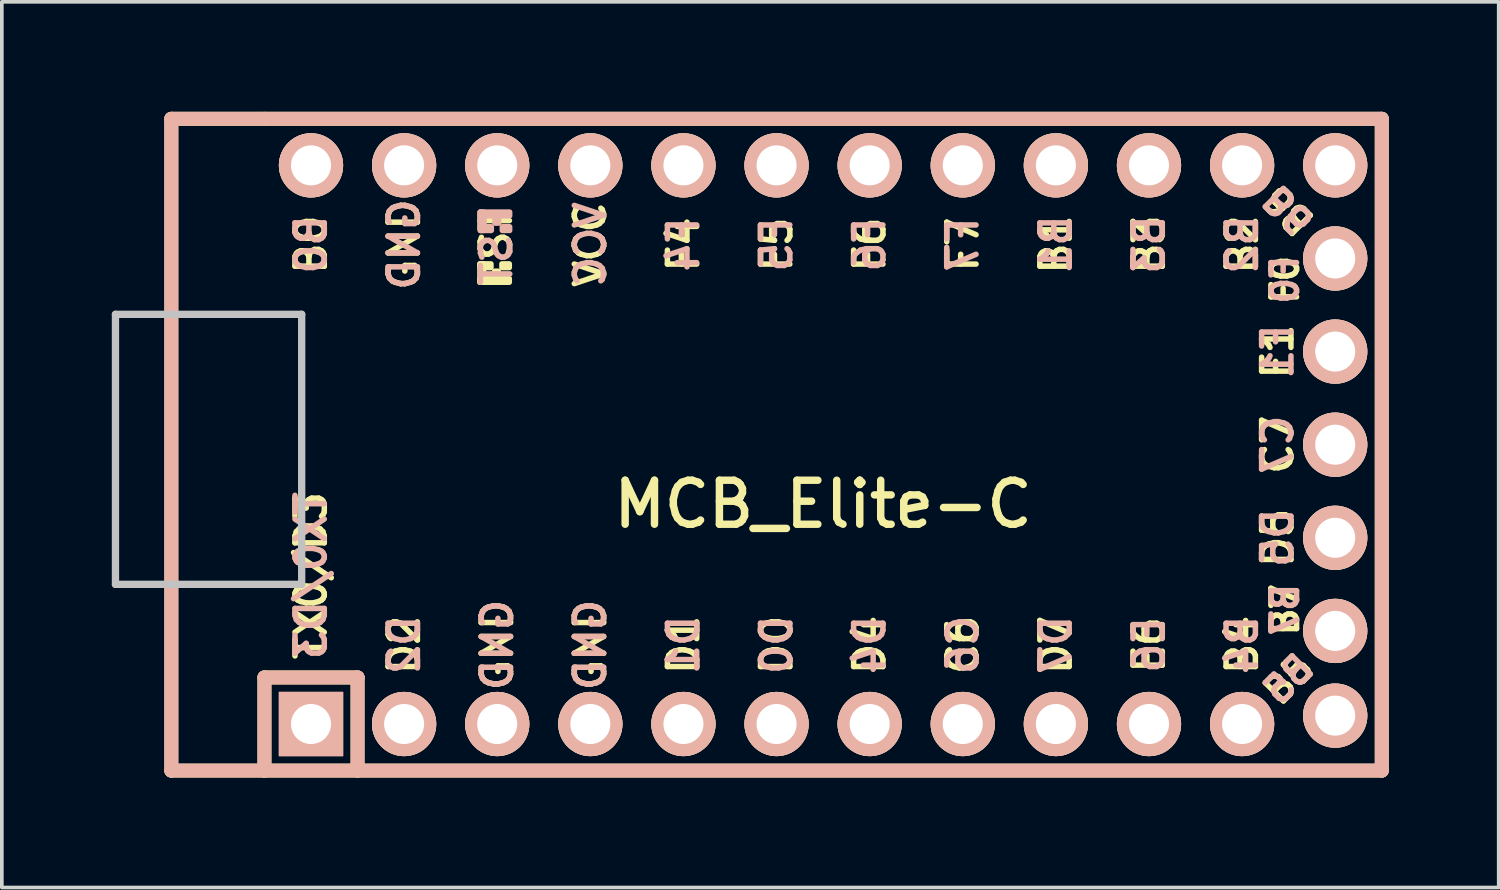
<source format=kicad_pcb>
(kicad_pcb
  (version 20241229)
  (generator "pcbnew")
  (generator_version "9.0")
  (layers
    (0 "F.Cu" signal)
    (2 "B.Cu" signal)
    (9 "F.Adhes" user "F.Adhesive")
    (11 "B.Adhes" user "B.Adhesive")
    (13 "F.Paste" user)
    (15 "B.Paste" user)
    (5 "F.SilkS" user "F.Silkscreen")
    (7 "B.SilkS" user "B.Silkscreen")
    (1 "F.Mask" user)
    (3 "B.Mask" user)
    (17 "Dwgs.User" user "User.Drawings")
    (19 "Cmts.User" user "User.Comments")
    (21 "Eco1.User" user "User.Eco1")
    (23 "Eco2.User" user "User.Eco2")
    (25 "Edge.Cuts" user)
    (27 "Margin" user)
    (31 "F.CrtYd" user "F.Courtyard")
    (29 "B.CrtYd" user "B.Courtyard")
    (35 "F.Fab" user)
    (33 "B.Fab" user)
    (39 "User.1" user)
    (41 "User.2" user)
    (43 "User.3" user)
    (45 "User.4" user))
  (footprint "MCB_Elite-C"
    (layer "F.Cu")
    (at 19.404 9.081)
    (property "Reference" "MCB_Elite-C" (at 0 1.625 0) (layer "F.SilkS") (effects (font (size 1.2 1.2) (thickness 0.203))))
    (attr through_hole)
    (fp_line (start -17.78 -8.89) (end -17.78 8.89) (stroke (width 0.381) (type solid)) (layer "F.SilkS"))
    (fp_line (start -17.78 8.89) (end -15.24 8.89) (stroke (width 0.381) (type solid)) (layer "F.SilkS"))
    (fp_line (start -15.24 -8.89) (end -17.78 -8.89) (stroke (width 0.381) (type solid)) (layer "F.SilkS"))
    (fp_line (start -15.24 6.35) (end -15.24 8.89) (stroke (width 0.381) (type solid)) (layer "F.SilkS"))
    (fp_line (start -15.24 6.35) (end -12.7 6.35) (stroke (width 0.381) (type solid)) (layer "F.SilkS"))
    (fp_line (start -15.24 8.89) (end 15.24 8.89) (stroke (width 0.381) (type solid)) (layer "F.SilkS"))
    (fp_line (start -12.7 6.35) (end -12.7 8.89) (stroke (width 0.381) (type solid)) (layer "F.SilkS"))
    (fp_line (start 15.24 -8.89) (end -15.24 -8.89) (stroke (width 0.381) (type solid)) (layer "F.SilkS"))
    (fp_line (start 15.24 8.89) (end 15.24 -8.89) (stroke (width 0.381) (type solid)) (layer "F.SilkS"))
    (fp_poly (pts (xy -9.361 -4.932) (xy -9.261 -4.932) (xy -9.261 -4.432) (xy -9.361 -4.432)) (stroke (width 0.15) (type solid)) (fill yes) (layer "F.SilkS"))
    (fp_poly (pts (xy -9.361 -4.932) (xy -9.061 -4.932) (xy -9.061 -4.832) (xy -9.361 -4.832)) (stroke (width 0.15) (type solid)) (fill yes) (layer "F.SilkS"))
    (fp_poly (pts (xy -9.361 -4.532) (xy -8.561 -4.532) (xy -8.561 -4.432) (xy -9.361 -4.432)) (stroke (width 0.15) (type solid)) (fill yes) (layer "F.SilkS"))
    (fp_poly (pts (xy -8.961 -4.732) (xy -8.861 -4.732) (xy -8.861 -4.632) (xy -8.961 -4.632)) (stroke (width 0.15) (type solid)) (fill yes) (layer "F.SilkS"))
    (fp_poly (pts (xy -8.761 -4.932) (xy -8.561 -4.932) (xy -8.561 -4.832) (xy -8.761 -4.832)) (stroke (width 0.15) (type solid)) (fill yes) (layer "F.SilkS"))
    (fp_line (start -17.78 -8.89) (end -17.78 8.89) (stroke (width 0.381) (type solid)) (layer "B.SilkS"))
    (fp_line (start -17.78 8.89) (end 15.24 8.89) (stroke (width 0.381) (type solid)) (layer "B.SilkS"))
    (fp_line (start -15.24 6.35) (end -15.24 8.89) (stroke (width 0.381) (type solid)) (layer "B.SilkS"))
    (fp_line (start -15.24 6.35) (end -12.7 6.35) (stroke (width 0.381) (type solid)) (layer "B.SilkS"))
    (fp_line (start -12.7 6.35) (end -12.7 8.89) (stroke (width 0.381) (type solid)) (layer "B.SilkS"))
    (fp_line (start 15.24 -8.89) (end -17.78 -8.89) (stroke (width 0.381) (type solid)) (layer "B.SilkS"))
    (fp_line (start 15.24 8.89) (end 15.24 -8.89) (stroke (width 0.381) (type solid)) (layer "B.SilkS"))
    (fp_poly (pts (xy -9.351 -6.245) (xy -8.551 -6.245) (xy -8.551 -6.345) (xy -9.351 -6.345)) (stroke (width 0.15) (type solid)) (fill yes) (layer "B.SilkS"))
    (fp_poly (pts (xy -9.351 -5.845) (xy -9.251 -5.845) (xy -9.251 -6.345) (xy -9.351 -6.345)) (stroke (width 0.15) (type solid)) (fill yes) (layer "B.SilkS"))
    (fp_poly (pts (xy -9.351 -5.845) (xy -9.051 -5.845) (xy -9.051 -5.945) (xy -9.351 -5.945)) (stroke (width 0.15) (type solid)) (fill yes) (layer "B.SilkS"))
    (fp_poly (pts (xy -8.951 -6.045) (xy -8.851 -6.045) (xy -8.851 -6.145) (xy -8.951 -6.145)) (stroke (width 0.15) (type solid)) (fill yes) (layer "B.SilkS"))
    (fp_poly (pts (xy -8.751 -5.845) (xy -8.551 -5.845) (xy -8.551 -5.945) (xy -8.751 -5.945)) (stroke (width 0.15) (type solid)) (fill yes) (layer "B.SilkS"))
    (fp_line (start -19.304 -3.556) (end -14.224 -3.556) (stroke (width 0.2) (type solid)) (layer "Dwgs.User"))
    (fp_line (start -19.304 3.81) (end -19.304 -3.556) (stroke (width 0.2) (type solid)) (layer "Dwgs.User"))
    (fp_line (start -14.224 -3.556) (end -14.224 3.81) (stroke (width 0.2) (type solid)) (layer "Dwgs.User"))
    (fp_line (start -14.224 3.81) (end -19.304 3.81) (stroke (width 0.2) (type solid)) (layer "Dwgs.User"))
    (fp_text user "B3" (at 8.89 -5.461 90) (layer "F.SilkS") (effects (font (size 0.8 0.8) (thickness 0.15))))
    (fp_text user "B2" (at 11.43 -5.461 90) (layer "F.SilkS") (effects (font (size 0.8 0.8) (thickness 0.15))))
    (fp_text user "B7" (at 12.6 4.5 90) (layer "F.SilkS") (effects (font (size 0.7 0.7) (thickness 0.15))))
    (fp_text user "GND" (at -8.89 5.461 90) (layer "F.SilkS") (effects (font (size 0.8 0.8) (thickness 0.15))))
    (fp_text user "D0" (at -1.27 5.461 90) (layer "F.SilkS") (effects (font (size 0.8 0.8) (thickness 0.15))))
    (fp_text user "E6" (at 8.89 5.461 90) (layer "F.SilkS") (effects (font (size 0.8 0.8) (thickness 0.15))))
    (fp_text user "F4" (at -3.81 -5.461 90) (layer "F.SilkS") (effects (font (size 0.8 0.8) (thickness 0.15))))
    (fp_text user "D2" (at -11.43 5.461 90) (layer "F.SilkS") (effects (font (size 0.8 0.8) (thickness 0.15))))
    (fp_text user "C7" (at 12.4 0 90) (layer "F.SilkS") (effects (font (size 0.8 0.8) (thickness 0.15))))
    (fp_text user "VCC" (at -6.35 -5.461 90) (layer "F.SilkS") (effects (font (size 0.8 0.8) (thickness 0.15))))
    (fp_text user "TX0/D3" (at -13.97 3.572 90) (layer "F.SilkS") (effects (font (size 0.8 0.8) (thickness 0.15))))
    (fp_text user "D7" (at 6.35 5.461 90) (layer "F.SilkS") (effects (font (size 0.8 0.8) (thickness 0.15))))
    (fp_text user "ST" (at -8.92 -5.733 90) (layer "F.SilkS") (effects (font (size 0.8 0.8) (thickness 0.15))))
    (fp_text user "F6" (at 1.27 -5.461 90) (layer "F.SilkS") (effects (font (size 0.8 0.8) (thickness 0.15))))
    (fp_text user "F0" (at 12.6 -4.5 90) (layer "F.SilkS") (effects (font (size 0.7 0.7) (thickness 0.15))))
    (fp_text user "B4" (at 11.43 5.461 90) (layer "F.SilkS") (effects (font (size 0.8 0.8) (thickness 0.15))))
    (fp_text user "C6" (at 3.81 5.461 90) (layer "F.SilkS") (effects (font (size 0.8 0.8) (thickness 0.15))))
    (fp_text user "F5" (at -1.27 -5.461 90) (layer "F.SilkS") (effects (font (size 0.8 0.8) (thickness 0.15))))
    (fp_text user "D4" (at 1.27 5.461 90) (layer "F.SilkS") (effects (font (size 0.8 0.8) (thickness 0.15))))
    (fp_text user "GND" (at -11.43 -5.461 90) (layer "F.SilkS") (effects (font (size 0.8 0.8) (thickness 0.15))))
    (fp_text user "B6" (at 12.7 -6.4 135) (unlocked yes) (layer "F.SilkS") (effects (font (size 0.7 0.7) (thickness 0.15))))
    (fp_text user "B0" (at -13.97 -5.461 90) (layer "F.SilkS") (effects (font (size 0.8 0.8) (thickness 0.15))))
    (fp_text user "F1" (at 12.4 -2.54 90) (layer "F.SilkS") (effects (font (size 0.8 0.8) (thickness 0.15))))
    (fp_text user "B1" (at 6.35 -5.461 90) (layer "F.SilkS") (effects (font (size 0.8 0.8) (thickness 0.15))))
    (fp_text user "D1" (at -3.81 5.461 90) (layer "F.SilkS") (effects (font (size 0.8 0.8) (thickness 0.15))))
    (fp_text user "D5" (at 12.4 2.54 90) (layer "F.SilkS") (effects (font (size 0.8 0.8) (thickness 0.15))))
    (fp_text user "GND" (at -6.35 5.461 90) (layer "F.SilkS") (effects (font (size 0.8 0.8) (thickness 0.15))))
    (fp_text user "F7" (at 3.81 -5.461 90) (layer "F.SilkS") (effects (font (size 0.8 0.8) (thickness 0.15))))
    (fp_text user "B5" (at 12.7 6.4 45) (layer "F.SilkS") (effects (font (size 0.7 0.7) (thickness 0.15))))
    (fp_text user "B0" (at -13.97 -5.461 90) (layer "B.SilkS") (effects (font (size 0.8 0.8) (thickness 0.15)) (justify mirror)))
    (fp_text user "B1" (at 6.35 -5.461 90) (layer "B.SilkS") (effects (font (size 0.8 0.8) (thickness 0.15)) (justify mirror)))
    (fp_text user "E6" (at 8.89 5.461 90) (layer "B.SilkS") (effects (font (size 0.8 0.8) (thickness 0.15)) (justify mirror)))
    (fp_text user "VCC" (at -6.35 -5.461 90) (layer "B.SilkS") (effects (font (size 0.8 0.8) (thickness 0.15)) (justify mirror)))
    (fp_text user "F6" (at 1.27 -5.461 90) (layer "B.SilkS") (effects (font (size 0.8 0.8) (thickness 0.15)) (justify mirror)))
    (fp_text user "D4" (at 1.27 5.461 90) (layer "B.SilkS") (effects (font (size 0.8 0.8) (thickness 0.15)) (justify mirror)))
    (fp_text user "B4" (at 11.43 5.461 90) (layer "B.SilkS") (effects (font (size 0.8 0.8) (thickness 0.15)) (justify mirror)))
    (fp_text user "C6" (at 3.81 5.461 90) (layer "B.SilkS") (effects (font (size 0.8 0.8) (thickness 0.15)) (justify mirror)))
    (fp_text user "GND" (at -8.89 5.461 90) (layer "B.SilkS") (effects (font (size 0.8 0.8) (thickness 0.15)) (justify mirror)))
    (fp_text user "D1" (at -3.81 5.461 90) (layer "B.SilkS") (effects (font (size 0.8 0.8) (thickness 0.15)) (justify mirror)))
    (fp_text user "C7" (at 12.4 0 90) (layer "B.SilkS") (effects (font (size 0.8 0.8) (thickness 0.15)) (justify mirror)))
    (fp_text user "F0" (at 12.6 -4.5 90) (layer "B.SilkS") (effects (font (size 0.7 0.7) (thickness 0.15)) (justify mirror)))
    (fp_text user "D2" (at -11.43 5.461 90) (layer "B.SilkS") (effects (font (size 0.8 0.8) (thickness 0.15)) (justify mirror)))
    (fp_text user "B2" (at 11.43 -5.461 90) (layer "B.SilkS") (effects (font (size 0.8 0.8) (thickness 0.15)) (justify mirror)))
    (fp_text user "D5" (at 12.4 2.54 90) (layer "B.SilkS") (effects (font (size 0.8 0.8) (thickness 0.15)) (justify mirror)))
    (fp_text user "TX0/D3" (at -13.97 3.572 90) (layer "B.SilkS") (effects (font (size 0.8 0.8) (thickness 0.15)) (justify mirror)))
    (fp_text user "ST" (at -8.91 -5.04 90) (layer "B.SilkS") (effects (font (size 0.8 0.8) (thickness 0.15)) (justify mirror)))
    (fp_text user "F5" (at -1.27 -5.461 90) (layer "B.SilkS") (effects (font (size 0.8 0.8) (thickness 0.15)) (justify mirror)))
    (fp_text user "D7" (at 6.35 5.461 90) (layer "B.SilkS") (effects (font (size 0.8 0.8) (thickness 0.15)) (justify mirror)))
    (fp_text user "F1" (at 12.4 -2.54 90) (layer "B.SilkS") (effects (font (size 0.8 0.8) (thickness 0.15)) (justify mirror)))
    (fp_text user "F4" (at -3.81 -5.461 90) (layer "B.SilkS") (effects (font (size 0.8 0.8) (thickness 0.15)) (justify mirror)))
    (fp_text user "B7" (at 12.6 4.5 90) (layer "B.SilkS") (effects (font (size 0.7 0.7) (thickness 0.15)) (justify mirror)))
    (fp_text user "B6" (at 12.7 -6.4 135) (unlocked yes) (layer "B.SilkS") (effects (font (size 0.7 0.7) (thickness 0.15)) (justify mirror)))
    (fp_text user "B5" (at 12.7 6.4 45) (layer "B.SilkS") (effects (font (size 0.7 0.7) (thickness 0.15)) (justify mirror)))
    (fp_text user "GND" (at -6.35 5.461 90) (layer "B.SilkS") (effects (font (size 0.8 0.8) (thickness 0.15)) (justify mirror)))
    (fp_text user "D0" (at -1.27 5.461 90) (layer "B.SilkS") (effects (font (size 0.8 0.8) (thickness 0.15)) (justify mirror)))
    (fp_text user "B3" (at 8.89 -5.461 90) (layer "B.SilkS") (effects (font (size 0.8 0.8) (thickness 0.15)) (justify mirror)))
    (fp_text user "F7" (at 3.81 -5.461 90) (layer "B.SilkS") (effects (font (size 0.8 0.8) (thickness 0.15)) (justify mirror)))
    (fp_text user "GND" (at -11.43 -5.461 90) (layer "B.SilkS") (effects (font (size 0.8 0.8) (thickness 0.15)) (justify mirror)))
    (pad "1" thru_hole rect (at -13.97 7.62) (size 1.753 1.753) (drill 1.092) (layers "*.Cu" "*.SilkS" "*.Mask"))
    (pad "2" thru_hole circle (at -11.43 7.62) (size 1.753 1.753) (drill 1.092) (layers "*.Cu" "*.SilkS" "*.Mask"))
    (pad "3" thru_hole circle (at -8.89 7.62) (size 1.753 1.753) (drill 1.092) (layers "*.Cu" "*.SilkS" "*.Mask"))
    (pad "4" thru_hole circle (at -6.35 7.62) (size 1.753 1.753) (drill 1.092) (layers "*.Cu" "*.SilkS" "*.Mask"))
    (pad "5" thru_hole circle (at -3.81 7.62) (size 1.753 1.753) (drill 1.092) (layers "*.Cu" "*.SilkS" "*.Mask"))
    (pad "6" thru_hole circle (at -1.27 7.62) (size 1.753 1.753) (drill 1.092) (layers "*.Cu" "*.SilkS" "*.Mask"))
    (pad "7" thru_hole circle (at 1.27 7.62) (size 1.753 1.753) (drill 1.092) (layers "*.Cu" "*.SilkS" "*.Mask"))
    (pad "8" thru_hole circle (at 3.81 7.62) (size 1.753 1.753) (drill 1.092) (layers "*.Cu" "*.SilkS" "*.Mask"))
    (pad "9" thru_hole circle (at 6.35 7.62) (size 1.753 1.753) (drill 1.092) (layers "*.Cu" "*.SilkS" "*.Mask"))
    (pad "10" thru_hole circle (at 8.89 7.62) (size 1.753 1.753) (drill 1.092) (layers "*.Cu" "*.SilkS" "*.Mask"))
    (pad "11" thru_hole circle (at 11.43 7.62) (size 1.753 1.753) (drill 1.092) (layers "*.Cu" "*.SilkS" "*.Mask"))
    (pad "12" thru_hole circle (at 13.97 7.391) (size 1.753 1.753) (drill 1.092) (layers "*.Cu" "*.SilkS" "*.Mask"))
    (pad "13" thru_hole circle (at 13.97 -7.62) (size 1.753 1.753) (drill 1.092) (layers "*.Cu" "*.SilkS" "*.Mask"))
    (pad "14" thru_hole circle (at 11.43 -7.62) (size 1.753 1.753) (drill 1.092) (layers "*.Cu" "*.SilkS" "*.Mask"))
    (pad "15" thru_hole circle (at 8.89 -7.62) (size 1.753 1.753) (drill 1.092) (layers "*.Cu" "*.SilkS" "*.Mask"))
    (pad "16" thru_hole circle (at 6.35 -7.62) (size 1.753 1.753) (drill 1.092) (layers "*.Cu" "*.SilkS" "*.Mask"))
    (pad "17" thru_hole circle (at 3.81 -7.62) (size 1.753 1.753) (drill 1.092) (layers "*.Cu" "*.SilkS" "*.Mask"))
    (pad "18" thru_hole circle (at 1.27 -7.62) (size 1.753 1.753) (drill 1.092) (layers "*.Cu" "*.SilkS" "*.Mask"))
    (pad "19" thru_hole circle (at -1.27 -7.62) (size 1.753 1.753) (drill 1.092) (layers "*.Cu" "*.SilkS" "*.Mask"))
    (pad "20" thru_hole circle (at -3.81 -7.62) (size 1.753 1.753) (drill 1.092) (layers "*.Cu" "*.SilkS" "*.Mask"))
    (pad "21" thru_hole circle (at -6.35 -7.62) (size 1.753 1.753) (drill 1.092) (layers "*.Cu" "*.SilkS" "*.Mask"))
    (pad "22" thru_hole circle (at -8.89 -7.62) (size 1.753 1.753) (drill 1.092) (layers "*.Cu" "*.SilkS" "*.Mask"))
    (pad "23" thru_hole circle (at -11.43 -7.62) (size 1.753 1.753) (drill 1.092) (layers "*.Cu" "*.SilkS" "*.Mask"))
    (pad "24" thru_hole circle (at -13.97 -7.62) (size 1.753 1.753) (drill 1.092) (layers "*.Cu" "*.SilkS" "*.Mask"))
    (pad "25" thru_hole circle (at 13.97 5.08) (size 1.753 1.753) (drill 1.092) (layers "*.Cu" "*.SilkS" "*.Mask"))
    (pad "26" thru_hole circle (at 13.97 2.54) (size 1.753 1.753) (drill 1.092) (layers "*.Cu" "*.SilkS" "*.Mask"))
    (pad "27" thru_hole circle (at 13.97 0) (size 1.753 1.753) (drill 1.092) (layers "*.Cu" "*.SilkS" "*.Mask"))
    (pad "28" thru_hole circle (at 13.97 -2.54) (size 1.753 1.753) (drill 1.092) (layers "*.Cu" "*.SilkS" "*.Mask"))
    (pad "29" thru_hole circle (at 13.97 -5.08) (size 1.753 1.753) (drill 1.092) (layers "*.Cu" "*.SilkS" "*.Mask")))
  (gr_rect
    (start -3 -3)
    (end 37.834 21.161)
    (stroke (width 0.1) (type default))
    (fill no)
    (layer "Edge.Cuts")))
</source>
